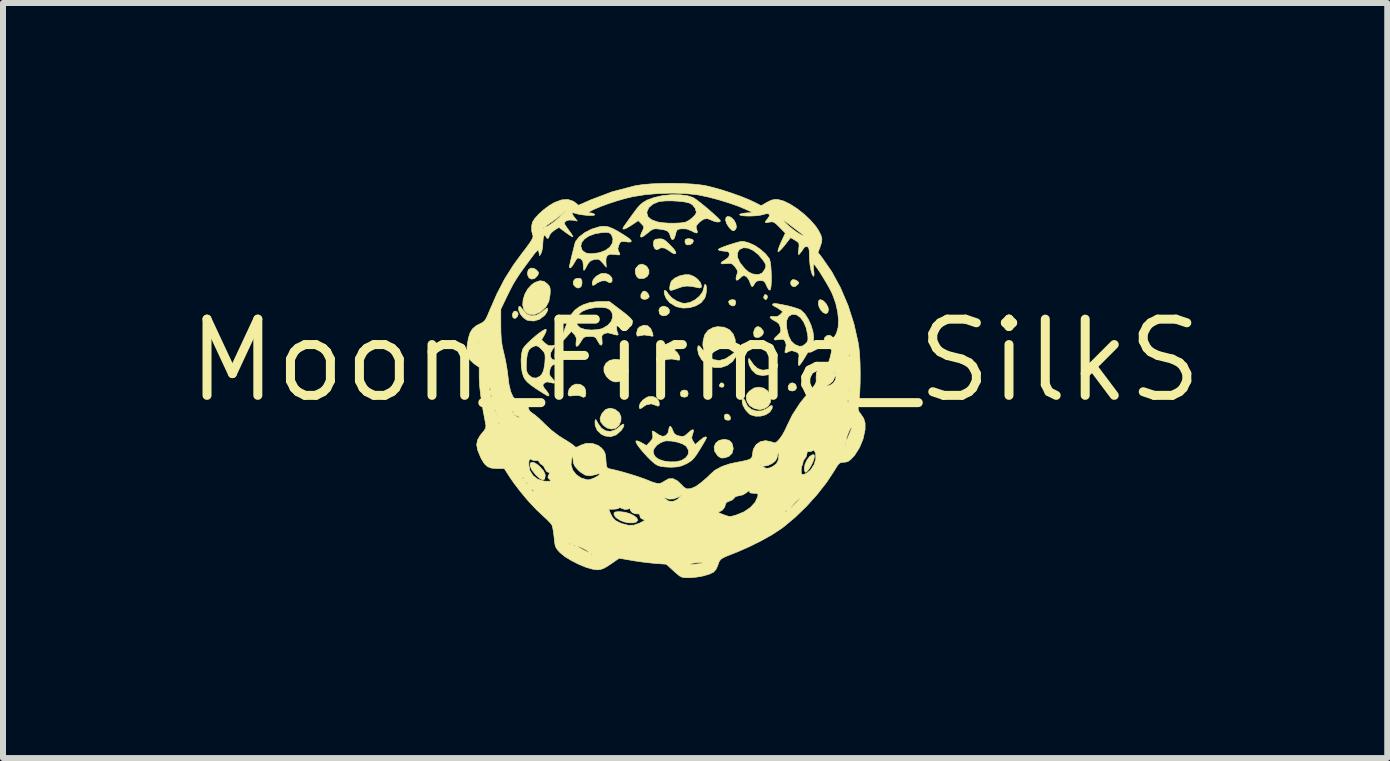
<source format=kicad_pcb>
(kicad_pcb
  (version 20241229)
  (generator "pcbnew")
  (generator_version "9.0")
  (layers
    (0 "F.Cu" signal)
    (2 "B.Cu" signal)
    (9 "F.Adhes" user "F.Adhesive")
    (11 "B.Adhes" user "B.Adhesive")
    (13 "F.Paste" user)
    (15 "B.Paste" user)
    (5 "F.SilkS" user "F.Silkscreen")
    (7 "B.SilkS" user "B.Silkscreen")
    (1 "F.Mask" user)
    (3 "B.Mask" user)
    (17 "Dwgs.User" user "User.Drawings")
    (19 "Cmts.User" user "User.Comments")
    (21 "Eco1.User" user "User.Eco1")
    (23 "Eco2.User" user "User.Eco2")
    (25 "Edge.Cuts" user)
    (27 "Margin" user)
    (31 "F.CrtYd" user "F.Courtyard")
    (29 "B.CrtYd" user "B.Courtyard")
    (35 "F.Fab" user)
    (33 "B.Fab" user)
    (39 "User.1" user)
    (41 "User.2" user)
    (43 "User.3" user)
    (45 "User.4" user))
  (footprint "Moon_Firma_SilkS"
    (layer "F.Cu")
    (at 8.534 2.959)
    (property "Reference" "Moon_Firma_SilkS" (at 0 0 180) (layer "F.SilkS") (effects (font (size 1.27 1.27) (thickness 0.15))))
    (attr through_hole)
    (fp_poly (pts (xy 0.474 0.388) (xy 0.483 0.407) (xy 0.475 0.437) (xy 0.445 0.445) (xy 0.41 0.434) (xy 0.406 0.407) (xy 0.427 0.376) (xy 0.445 0.37) (xy 0.474 0.388)) (stroke (width 0.01) (type solid)) (fill yes) (layer "F.SilkS"))
    (fp_poly (pts (xy 1.201 -1.083) (xy 1.206 -1.058) (xy 1.193 -1.024) (xy 1.175 -1.016) (xy 1.149 -1.034) (xy 1.143 -1.058) (xy 1.156 -1.093) (xy 1.175 -1.101) (xy 1.201 -1.083)) (stroke (width 0.01) (type solid)) (fill yes) (layer "F.SilkS"))
    (fp_poly (pts (xy -2.96 -0.809) (xy -2.948 -0.771) (xy -2.964 -0.73) (xy -3.001 -0.701) (xy -3.031 -0.712) (xy -3.04 -0.73) (xy -3.044 -0.779) (xy -3.022 -0.816) (xy -2.995 -0.826) (xy -2.96 -0.809)) (stroke (width 0.01) (type solid)) (fill yes) (layer "F.SilkS"))
    (fp_poly (pts (xy 0.665 -1.007) (xy 0.677 -0.972) (xy 0.677 -0.963) (xy 0.663 -0.922) (xy 0.628 -0.909) (xy 0.586 -0.928) (xy 0.572 -0.941) (xy 0.557 -0.98) (xy 0.579 -1.007) (xy 0.626 -1.016) (xy 0.665 -1.007)) (stroke (width 0.01) (type solid)) (fill yes) (layer "F.SilkS"))
    (fp_poly (pts (xy 1.662 0.387) (xy 1.679 0.405) (xy 1.691 0.455) (xy 1.668 0.493) (xy 1.619 0.508) (xy 1.572 0.496) (xy 1.552 0.473) (xy 1.552 0.424) (xy 1.58 0.384) (xy 1.619 0.37) (xy 1.662 0.387)) (stroke (width 0.01) (type solid)) (fill yes) (layer "F.SilkS"))
    (fp_poly (pts (xy -0.82 -1.151) (xy -0.786 -1.119) (xy -0.767 -1.078) (xy -0.766 -1.061) (xy -0.79 -1.032) (xy -0.834 -1.019) (xy -0.878 -1.026) (xy -0.903 -1.049) (xy -0.903 -1.099) (xy -0.877 -1.144) (xy -0.853 -1.159) (xy -0.82 -1.151)) (stroke (width 0.01) (type solid)) (fill yes) (layer "F.SilkS"))
    (fp_poly (pts (xy -0.13 0.505) (xy -0.117 0.543) (xy -0.116 0.55) (xy -0.126 0.592) (xy -0.164 0.609) (xy -0.172 0.61) (xy -0.222 0.603) (xy -0.24 0.583) (xy -0.245 0.53) (xy -0.216 0.497) (xy -0.172 0.491) (xy -0.13 0.505)) (stroke (width 0.01) (type solid)) (fill yes) (layer "F.SilkS"))
    (fp_poly (pts (xy 0.565 0.906) (xy 0.587 0.94) (xy 0.589 0.947) (xy 0.585 0.985) (xy 0.555 0.995) (xy 0.514 0.988) (xy 0.501 0.981) (xy 0.489 0.95) (xy 0.487 0.926) (xy 0.5 0.896) (xy 0.532 0.89) (xy 0.565 0.906)) (stroke (width 0.01) (type solid)) (fill yes) (layer "F.SilkS"))
    (fp_poly (pts (xy -2.686 -1.537) (xy -2.641 -1.507) (xy -2.612 -1.473) (xy -2.611 -1.445) (xy -2.632 -1.409) (xy -2.679 -1.365) (xy -2.73 -1.358) (xy -2.769 -1.38) (xy -2.788 -1.419) (xy -2.794 -1.464) (xy -2.778 -1.515) (xy -2.738 -1.541) (xy -2.686 -1.537)) (stroke (width 0.01) (type solid)) (fill yes) (layer "F.SilkS"))
    (fp_poly (pts (xy -0.514 -0.906) (xy -0.458 -0.885) (xy -0.428 -0.845) (xy -0.432 -0.797) (xy -0.436 -0.788) (xy -0.477 -0.754) (xy -0.53 -0.745) (xy -0.577 -0.763) (xy -0.592 -0.782) (xy -0.604 -0.838) (xy -0.583 -0.884) (xy -0.537 -0.906) (xy -0.514 -0.906)) (stroke (width 0.01) (type solid)) (fill yes) (layer "F.SilkS"))
    (fp_poly (pts (xy -0.05 -2.022) (xy -0.027 -1.996) (xy -0.043 -1.958) (xy -0.043 -1.957) (xy -0.084 -1.931) (xy -0.132 -1.928) (xy -0.155 -1.94) (xy -0.167 -1.971) (xy -0.169 -1.993) (xy -0.157 -2.022) (xy -0.115 -2.032) (xy -0.107 -2.032) (xy -0.05 -2.022)) (stroke (width 0.01) (type solid)) (fill yes) (layer "F.SilkS"))
    (fp_poly (pts (xy 1.672 -1.343) (xy 1.701 -1.327) (xy 1.728 -1.303) (xy 1.721 -1.281) (xy 1.705 -1.263) (xy 1.667 -1.233) (xy 1.636 -1.233) (xy 1.612 -1.246) (xy 1.592 -1.279) (xy 1.597 -1.321) (xy 1.624 -1.348) (xy 1.63 -1.35) (xy 1.672 -1.343)) (stroke (width 0.01) (type solid)) (fill yes) (layer "F.SilkS"))
    (fp_poly (pts (xy -1.906 -1.366) (xy -1.887 -1.333) (xy -1.885 -1.284) (xy -1.898 -1.239) (xy -1.917 -1.219) (xy -1.946 -1.209) (xy -1.965 -1.212) (xy -1.995 -1.229) (xy -2.028 -1.267) (xy -2.031 -1.315) (xy -2.006 -1.354) (xy -1.98 -1.367) (xy -1.932 -1.372) (xy -1.906 -1.366)) (stroke (width 0.01) (type solid)) (fill yes) (layer "F.SilkS"))
    (fp_poly (pts (xy 1.097 -0.543) (xy 1.099 -0.541) (xy 1.137 -0.492) (xy 1.135 -0.447) (xy 1.11 -0.414) (xy 1.064 -0.387) (xy 1.017 -0.384) (xy 0.984 -0.406) (xy 0.982 -0.411) (xy 0.975 -0.472) (xy 0.994 -0.529) (xy 1.02 -0.558) (xy 1.056 -0.567) (xy 1.097 -0.543)) (stroke (width 0.01) (type solid)) (fill yes) (layer "F.SilkS"))
    (fp_poly (pts (xy 2.134 -0.998) (xy 2.18 -0.952) (xy 2.213 -0.894) (xy 2.223 -0.848) (xy 2.21 -0.798) (xy 2.179 -0.782) (xy 2.135 -0.8) (xy 2.097 -0.839) (xy 2.067 -0.892) (xy 2.054 -0.948) (xy 2.058 -0.993) (xy 2.08 -1.015) (xy 2.086 -1.016) (xy 2.134 -0.998)) (stroke (width 0.01) (type solid)) (fill yes) (layer "F.SilkS"))
    (fp_poly (pts (xy -0.824 -1.583) (xy -0.804 -1.566) (xy -0.77 -1.509) (xy -0.77 -1.451) (xy -0.799 -1.401) (xy -0.852 -1.37) (xy -0.92 -1.366) (xy -0.935 -1.369) (xy -0.971 -1.398) (xy -0.994 -1.45) (xy -0.998 -1.507) (xy -0.989 -1.536) (xy -0.941 -1.592) (xy -0.884 -1.608) (xy -0.824 -1.583)) (stroke (width 0.01) (type solid)) (fill yes) (layer "F.SilkS"))
    (fp_poly (pts (xy -0.792 -0.581) (xy -0.74 -0.534) (xy -0.708 -0.457) (xy -0.7 -0.415) (xy -0.712 -0.404) (xy -0.743 -0.412) (xy -0.85 -0.427) (xy -0.926 -0.413) (xy -0.959 -0.407) (xy -0.972 -0.426) (xy -0.974 -0.462) (xy -0.956 -0.529) (xy -0.927 -0.56) (xy -0.856 -0.59) (xy -0.792 -0.581)) (stroke (width 0.01) (type solid)) (fill yes) (layer "F.SilkS"))
    (fp_poly (pts (xy 0.584 -2.394) (xy 0.601 -2.385) (xy 0.649 -2.338) (xy 0.68 -2.28) (xy 0.689 -2.224) (xy 0.677 -2.191) (xy 0.649 -2.165) (xy 0.621 -2.166) (xy 0.585 -2.199) (xy 0.563 -2.224) (xy 0.524 -2.285) (xy 0.508 -2.341) (xy 0.514 -2.382) (xy 0.54 -2.403) (xy 0.584 -2.394)) (stroke (width 0.01) (type solid)) (fill yes) (layer "F.SilkS"))
    (fp_poly (pts (xy -2.677 1.703) (xy -2.612 1.745) (xy -2.58 1.776) (xy -2.525 1.84) (xy -2.5 1.896) (xy -2.498 1.924) (xy -2.508 1.975) (xy -2.538 1.989) (xy -2.586 1.967) (xy -2.651 1.909) (xy -2.664 1.895) (xy -2.723 1.819) (xy -2.75 1.757) (xy -2.749 1.713) (xy -2.723 1.694) (xy -2.677 1.703)) (stroke (width 0.01) (type solid)) (fill yes) (layer "F.SilkS"))
    (fp_poly (pts (xy -1.339 0.812) (xy -1.334 0.815) (xy -1.265 0.868) (xy -1.235 0.939) (xy -1.237 1.007) (xy -1.269 1.082) (xy -1.324 1.127) (xy -1.394 1.142) (xy -1.468 1.123) (xy -1.526 1.081) (xy -1.573 1.021) (xy -1.584 0.965) (xy -1.561 0.899) (xy -1.547 0.876) (xy -1.49 0.815) (xy -1.419 0.793) (xy -1.339 0.812)) (stroke (width 0.01) (type solid)) (fill yes) (layer "F.SilkS"))
    (fp_poly (pts (xy 0.564 1.328) (xy 0.614 1.376) (xy 0.634 1.454) (xy 0.635 1.473) (xy 0.616 1.545) (xy 0.562 1.597) (xy 0.492 1.621) (xy 0.438 1.624) (xy 0.392 1.599) (xy 0.372 1.58) (xy 0.326 1.511) (xy 0.317 1.44) (xy 0.342 1.378) (xy 0.396 1.332) (xy 0.476 1.313) (xy 0.486 1.312) (xy 0.564 1.328)) (stroke (width 0.01) (type solid)) (fill yes) (layer "F.SilkS"))
    (fp_poly (pts (xy 1.982 1.57) (xy 1.988 1.592) (xy 1.982 1.633) (xy 1.963 1.689) (xy 1.932 1.753) (xy 1.896 1.811) (xy 1.862 1.851) (xy 1.841 1.863) (xy 1.827 1.844) (xy 1.82 1.799) (xy 1.82 1.792) (xy 1.833 1.726) (xy 1.865 1.658) (xy 1.907 1.601) (xy 1.951 1.571) (xy 1.956 1.57) (xy 1.982 1.57)) (stroke (width 0.01) (type solid)) (fill yes) (layer "F.SilkS"))
    (fp_poly (pts (xy -0.341 -0.173) (xy -0.294 -0.129) (xy -0.262 -0.074) (xy -0.254 -0.037) (xy -0.261 -0.008) (xy -0.291 -0.008) (xy -0.302 -0.011) (xy -0.385 -0.026) (xy -0.465 -0.021) (xy -0.492 -0.012) (xy -0.518 -0.007) (xy -0.528 -0.031) (xy -0.529 -0.06) (xy -0.51 -0.125) (xy -0.46 -0.172) (xy -0.39 -0.19) (xy -0.388 -0.191) (xy -0.341 -0.173)) (stroke (width 0.01) (type solid)) (fill yes) (layer "F.SilkS"))
    (fp_poly (pts (xy -1.922 0.395) (xy -1.899 0.405) (xy -1.849 0.44) (xy -1.826 0.486) (xy -1.821 0.545) (xy -1.83 0.598) (xy -1.858 0.613) (xy -1.905 0.592) (xy -1.945 0.582) (xy -2.006 0.582) (xy -2.027 0.585) (xy -2.083 0.591) (xy -2.109 0.584) (xy -2.116 0.561) (xy -2.117 0.547) (xy -2.099 0.475) (xy -2.053 0.421) (xy -1.991 0.392) (xy -1.922 0.395)) (stroke (width 0.01) (type solid)) (fill yes) (layer "F.SilkS"))
    (fp_poly (pts (xy -1.167 2.528) (xy -1.088 2.551) (xy -1.02 2.585) (xy -0.973 2.622) (xy -0.956 2.66) (xy -0.957 2.663) (xy -0.982 2.692) (xy -1.035 2.705) (xy -1.107 2.704) (xy -1.185 2.688) (xy -1.249 2.662) (xy -1.32 2.616) (xy -1.35 2.569) (xy -1.351 2.566) (xy -1.351 2.539) (xy -1.336 2.525) (xy -1.294 2.519) (xy -1.247 2.519) (xy -1.167 2.528)) (stroke (width 0.01) (type solid)) (fill yes) (layer "F.SilkS"))
    (fp_poly (pts (xy -0.639 0.629) (xy -0.603 0.683) (xy -0.601 0.688) (xy -0.596 0.741) (xy -0.616 0.761) (xy -0.657 0.745) (xy -0.732 0.721) (xy -0.811 0.737) (xy -0.852 0.762) (xy -0.899 0.796) (xy -0.923 0.8) (xy -0.931 0.775) (xy -0.931 0.761) (xy -0.914 0.71) (xy -0.869 0.657) (xy -0.809 0.615) (xy -0.773 0.601) (xy -0.7 0.6) (xy -0.639 0.629)) (stroke (width 0.01) (type solid)) (fill yes) (layer "F.SilkS"))
    (fp_poly (pts (xy 1.142 0.459) (xy 1.209 0.505) (xy 1.253 0.577) (xy 1.262 0.615) (xy 1.256 0.694) (xy 1.218 0.757) (xy 1.156 0.8) (xy 1.078 0.817) (xy 0.994 0.801) (xy 0.984 0.797) (xy 0.911 0.752) (xy 0.87 0.692) (xy 0.855 0.639) (xy 0.852 0.59) (xy 0.871 0.548) (xy 0.906 0.509) (xy 0.981 0.458) (xy 1.063 0.443) (xy 1.142 0.459)) (stroke (width 0.01) (type solid)) (fill yes) (layer "F.SilkS"))
    (fp_poly (pts (xy -1.487 -1.452) (xy -1.426 -1.424) (xy -1.387 -1.378) (xy -1.385 -1.37) (xy -1.383 -1.326) (xy -1.403 -1.299) (xy -1.433 -1.3) (xy -1.444 -1.308) (xy -1.493 -1.331) (xy -1.559 -1.327) (xy -1.624 -1.299) (xy -1.636 -1.291) (xy -1.683 -1.258) (xy -1.706 -1.254) (xy -1.714 -1.281) (xy -1.714 -1.3) (xy -1.696 -1.353) (xy -1.648 -1.404) (xy -1.582 -1.443) (xy -1.551 -1.453) (xy -1.487 -1.452)) (stroke (width 0.01) (type solid)) (fill yes) (layer "F.SilkS"))
    (fp_poly (pts (xy -1.241 -0.011) (xy -1.178 0.023) (xy -1.135 0.086) (xy -1.131 0.095) (xy -1.114 0.181) (xy -1.134 0.257) (xy -1.189 0.315) (xy -1.219 0.33) (xy -1.285 0.353) (xy -1.335 0.356) (xy -1.389 0.339) (xy -1.433 0.31) (xy -1.478 0.265) (xy -1.479 0.263) (xy -1.518 0.186) (xy -1.519 0.111) (xy -1.487 0.046) (xy -1.427 -0.001) (xy -1.342 -0.021) (xy -1.333 -0.021) (xy -1.241 -0.011)) (stroke (width 0.01) (type solid)) (fill yes) (layer "F.SilkS"))
    (fp_poly (pts (xy 0.917 -0.012) (xy 0.98 0.077) (xy 1.041 0.131) (xy 1.106 0.156) (xy 1.147 0.159) (xy 1.249 0.141) (xy 1.309 0.108) (xy 1.379 0.058) (xy 1.372 0.106) (xy 1.344 0.163) (xy 1.287 0.208) (xy 1.21 0.238) (xy 1.127 0.249) (xy 1.049 0.237) (xy 1.013 0.22) (xy 0.945 0.156) (xy 0.902 0.075) (xy 0.89 0.007) (xy 0.893 -0.032) (xy 0.902 -0.034) (xy 0.917 -0.012)) (stroke (width 0.01) (type solid)) (fill yes) (layer "F.SilkS"))
    (fp_poly (pts (xy -2.52 -1.321) (xy -2.463 -1.279) (xy -2.432 -1.244) (xy -2.417 -1.207) (xy -2.414 -1.153) (xy -2.417 -1.099) (xy -2.437 -0.987) (xy -2.482 -0.9) (xy -2.559 -0.826) (xy -2.582 -0.81) (xy -2.67 -0.769) (xy -2.753 -0.768) (xy -2.81 -0.794) (xy -2.855 -0.85) (xy -2.873 -0.927) (xy -2.866 -1.015) (xy -2.837 -1.107) (xy -2.788 -1.194) (xy -2.721 -1.266) (xy -2.666 -1.303) (xy -2.586 -1.33) (xy -2.52 -1.321)) (stroke (width 0.01) (type solid)) (fill yes) (layer "F.SilkS"))
    (fp_poly (pts (xy -0.522 -2.016) (xy -0.479 -1.985) (xy -0.422 -1.931) (xy -0.354 -1.858) (xy -0.322 -1.809) (xy -0.324 -1.783) (xy -0.344 -1.779) (xy -0.376 -1.792) (xy -0.423 -1.823) (xy -0.434 -1.832) (xy -0.505 -1.874) (xy -0.567 -1.881) (xy -0.609 -1.859) (xy -0.642 -1.847) (xy -0.672 -1.867) (xy -0.692 -1.911) (xy -0.694 -1.956) (xy -0.686 -1.999) (xy -0.662 -2.02) (xy -0.609 -2.028) (xy -0.607 -2.028) (xy -0.56 -2.028) (xy -0.522 -2.016)) (stroke (width 0.01) (type solid)) (fill yes) (layer "F.SilkS"))
    (fp_poly (pts (xy -1.634 1.018) (xy -1.621 1.043) (xy -1.562 1.126) (xy -1.488 1.172) (xy -1.406 1.18) (xy -1.321 1.15) (xy -1.284 1.122) (xy -1.238 1.084) (xy -1.205 1.061) (xy -1.198 1.058) (xy -1.185 1.073) (xy -1.196 1.109) (xy -1.226 1.157) (xy -1.234 1.167) (xy -1.316 1.238) (xy -1.405 1.268) (xy -1.5 1.257) (xy -1.562 1.228) (xy -1.631 1.163) (xy -1.666 1.08) (xy -1.668 1.017) (xy -1.662 0.986) (xy -1.653 0.985) (xy -1.634 1.018)) (stroke (width 0.01) (type solid)) (fill yes) (layer "F.SilkS"))
    (fp_poly (pts (xy -0.093 -1.43) (xy -0.023 -1.403) (xy 0.041 -1.357) (xy 0.088 -1.301) (xy 0.106 -1.248) (xy 0.1 -1.216) (xy 0.073 -1.21) (xy 0.048 -1.215) (xy -0.056 -1.236) (xy -0.134 -1.242) (xy -0.201 -1.234) (xy -0.254 -1.218) (xy -0.336 -1.188) (xy -0.386 -1.172) (xy -0.412 -1.171) (xy -0.422 -1.185) (xy -0.423 -1.213) (xy -0.423 -1.22) (xy -0.412 -1.283) (xy -0.392 -1.327) (xy -0.338 -1.374) (xy -0.259 -1.411) (xy -0.171 -1.431) (xy -0.093 -1.43)) (stroke (width 0.01) (type solid)) (fill yes) (layer "F.SilkS"))
    (fp_poly (pts (xy 0.09 -0.224) (xy 0.132 -0.168) (xy 0.217 -0.071) (xy 0.308 -0.015) (xy 0.405 -0.001) (xy 0.506 -0.029) (xy 0.613 -0.1) (xy 0.64 -0.123) (xy 0.687 -0.159) (xy 0.71 -0.16) (xy 0.708 -0.128) (xy 0.687 -0.075) (xy 0.623 0.015) (xy 0.535 0.08) (xy 0.433 0.115) (xy 0.327 0.116) (xy 0.292 0.107) (xy 0.189 0.057) (xy 0.108 -0.017) (xy 0.057 -0.107) (xy 0.042 -0.189) (xy 0.047 -0.237) (xy 0.062 -0.249) (xy 0.09 -0.224)) (stroke (width 0.01) (type solid)) (fill yes) (layer "F.SilkS"))
    (fp_poly (pts (xy 0.483 -0.556) (xy 0.572 -0.514) (xy 0.635 -0.442) (xy 0.669 -0.348) (xy 0.668 -0.246) (xy 0.654 -0.179) (xy 0.636 -0.152) (xy 0.611 -0.165) (xy 0.586 -0.198) (xy 0.531 -0.253) (xy 0.454 -0.293) (xy 0.373 -0.311) (xy 0.335 -0.309) (xy 0.271 -0.286) (xy 0.218 -0.254) (xy 0.168 -0.22) (xy 0.139 -0.218) (xy 0.129 -0.251) (xy 0.132 -0.319) (xy 0.159 -0.427) (xy 0.216 -0.504) (xy 0.302 -0.551) (xy 0.374 -0.565) (xy 0.483 -0.556)) (stroke (width 0.01) (type solid)) (fill yes) (layer "F.SilkS"))
    (fp_poly (pts (xy 0.833 0.671) (xy 0.838 0.688) (xy 0.876 0.763) (xy 0.941 0.815) (xy 1.022 0.841) (xy 1.109 0.838) (xy 1.19 0.803) (xy 1.206 0.791) (xy 1.257 0.754) (xy 1.284 0.751) (xy 1.286 0.783) (xy 1.281 0.804) (xy 1.242 0.861) (xy 1.176 0.903) (xy 1.093 0.926) (xy 1.007 0.927) (xy 0.929 0.905) (xy 0.902 0.887) (xy 0.842 0.824) (xy 0.799 0.748) (xy 0.783 0.678) (xy 0.792 0.641) (xy 0.812 0.64) (xy 0.833 0.671)) (stroke (width 0.01) (type solid)) (fill yes) (layer "F.SilkS"))
    (fp_poly (pts (xy -2.883 -0.864) (xy -2.868 -0.841) (xy -2.806 -0.773) (xy -2.731 -0.745) (xy -2.646 -0.756) (xy -2.556 -0.807) (xy -2.53 -0.828) (xy -2.485 -0.865) (xy -2.463 -0.876) (xy -2.456 -0.862) (xy -2.455 -0.852) (xy -2.469 -0.809) (xy -2.503 -0.759) (xy -2.507 -0.754) (xy -2.593 -0.688) (xy -2.69 -0.659) (xy -2.789 -0.67) (xy -2.807 -0.677) (xy -2.862 -0.715) (xy -2.911 -0.774) (xy -2.939 -0.837) (xy -2.942 -0.86) (xy -2.936 -0.901) (xy -2.916 -0.902) (xy -2.883 -0.864)) (stroke (width 0.01) (type solid)) (fill yes) (layer "F.SilkS"))
    (fp_poly (pts (xy 0.184 -1.252) (xy 0.19 -1.205) (xy 0.187 -1.145) (xy 0.176 -1.083) (xy 0.159 -1.038) (xy 0.1 -0.965) (xy 0.012 -0.912) (xy -0.093 -0.881) (xy -0.202 -0.875) (xy -0.307 -0.897) (xy -0.328 -0.906) (xy -0.422 -0.964) (xy -0.481 -1.035) (xy -0.507 -1.097) (xy -0.516 -1.153) (xy -0.506 -1.172) (xy -0.479 -1.156) (xy -0.447 -1.11) (xy -0.389 -1.046) (xy -0.307 -0.992) (xy -0.218 -0.959) (xy -0.171 -0.953) (xy -0.086 -0.969) (xy -0.002 -1.011) (xy 0.072 -1.072) (xy 0.125 -1.143) (xy 0.148 -1.216) (xy 0.148 -1.222) (xy 0.156 -1.26) (xy 0.169 -1.27) (xy 0.184 -1.252)) (stroke (width 0.01) (type solid)) (fill yes) (layer "F.SilkS"))
    (fp_poly (pts (xy -1.27 -0.864) (xy -1.159 -0.779) (xy -1.085 -0.714) (xy -1.047 -0.67) (xy -1.044 -0.647) (xy -1.076 -0.643) (xy -1.143 -0.659) (xy -1.2 -0.674) (xy -1.233 -0.672) (xy -1.259 -0.65) (xy -1.272 -0.634) (xy -1.308 -0.563) (xy -1.303 -0.492) (xy -1.29 -0.464) (xy -1.281 -0.433) (xy -1.298 -0.424) (xy -1.347 -0.434) (xy -1.389 -0.448) (xy -1.455 -0.463) (xy -1.511 -0.45) (xy -1.544 -0.429) (xy -1.555 -0.399) (xy -1.552 -0.344) (xy -1.551 -0.34) (xy -1.549 -0.278) (xy -1.563 -0.255) (xy -1.589 -0.27) (xy -1.622 -0.325) (xy -1.624 -0.328) (xy -1.649 -0.374) (xy -1.678 -0.395) (xy -1.727 -0.402) (xy -1.757 -0.402) (xy -1.819 -0.399) (xy -1.856 -0.384) (xy -1.887 -0.345) (xy -1.902 -0.318) (xy -1.942 -0.258) (xy -1.97 -0.235) (xy -1.985 -0.25) (xy -1.984 -0.302) (xy -1.982 -0.311) (xy -1.979 -0.374) (xy -2 -0.42) (xy -2.016 -0.439) (xy -2.062 -0.488) (xy -2.14 -0.397) (xy -2.184 -0.35) (xy -2.217 -0.322) (xy -2.229 -0.318) (xy -2.227 -0.341) (xy -2.213 -0.395) (xy -2.19 -0.472) (xy -2.167 -0.54) (xy -2.121 -0.658) (xy -1.977 -0.658) (xy -1.964 -0.592) (xy -1.914 -0.545) (xy -1.827 -0.517) (xy -1.73 -0.509) (xy -1.648 -0.514) (xy -1.573 -0.526) (xy -1.539 -0.537) (xy -1.453 -0.589) (xy -1.397 -0.654) (xy -1.373 -0.726) (xy -1.384 -0.797) (xy -1.418 -0.847) (xy -1.472 -0.875) (xy -1.555 -0.888) (xy -1.654 -0.885) (xy -1.76 -0.866) (xy -1.81 -0.851) (xy -1.882 -0.82) (xy -1.927 -0.782) (xy -1.952 -0.741) (xy -1.977 -0.658) (xy -2.121 -0.658) (xy -2.116 -0.671) (xy -2.064 -0.768) (xy -2.004 -0.84) (xy -1.93 -0.896) (xy -1.855 -0.934) (xy -1.76 -0.965) (xy -1.652 -0.98) (xy -1.587 -0.983) (xy -1.429 -0.984) (xy -1.27 -0.864)) (stroke (width 0.01) (type solid)) (fill yes) (layer "F.SilkS"))
    (fp_poly (pts (xy -1.444 -2.228) (xy -1.375 -2.201) (xy -1.288 -2.155) (xy -1.177 -2.087) (xy -1.169 -2.082) (xy -1.097 -2.032) (xy -1.064 -1.997) (xy -1.069 -1.978) (xy -1.114 -1.975) (xy -1.15 -1.98) (xy -1.208 -1.986) (xy -1.24 -1.978) (xy -1.26 -1.949) (xy -1.27 -1.926) (xy -1.287 -1.869) (xy -1.279 -1.827) (xy -1.274 -1.818) (xy -1.253 -1.779) (xy -1.259 -1.762) (xy -1.299 -1.762) (xy -1.332 -1.767) (xy -1.413 -1.773) (xy -1.462 -1.753) (xy -1.484 -1.704) (xy -1.486 -1.648) (xy -1.48 -1.556) (xy -1.541 -1.628) (xy -1.583 -1.672) (xy -1.619 -1.69) (xy -1.666 -1.687) (xy -1.679 -1.685) (xy -1.736 -1.666) (xy -1.775 -1.629) (xy -1.8 -1.587) (xy -1.827 -1.536) (xy -1.848 -1.506) (xy -1.853 -1.503) (xy -1.859 -1.522) (xy -1.862 -1.569) (xy -1.863 -1.587) (xy -1.87 -1.652) (xy -1.895 -1.688) (xy -1.904 -1.693) (xy -1.938 -1.709) (xy -1.961 -1.707) (xy -1.984 -1.681) (xy -2.013 -1.63) (xy -2.045 -1.579) (xy -2.071 -1.549) (xy -2.078 -1.545) (xy -2.095 -1.551) (xy -2.095 -1.551) (xy -2.091 -1.584) (xy -2.078 -1.645) (xy -2.06 -1.724) (xy -2.039 -1.809) (xy -2.019 -1.888) (xy -2.014 -1.907) (xy -1.905 -1.907) (xy -1.884 -1.845) (xy -1.863 -1.82) (xy -1.809 -1.789) (xy -1.731 -1.78) (xy -1.624 -1.793) (xy -1.587 -1.801) (xy -1.493 -1.836) (xy -1.421 -1.89) (xy -1.378 -1.956) (xy -1.368 -2.026) (xy -1.39 -2.088) (xy -1.413 -2.118) (xy -1.441 -2.133) (xy -1.484 -2.137) (xy -1.555 -2.133) (xy -1.672 -2.113) (xy -1.77 -2.076) (xy -1.844 -2.027) (xy -1.89 -1.969) (xy -1.905 -1.907) (xy -2.014 -1.907) (xy -2.003 -1.951) (xy -1.992 -1.985) (xy -1.991 -1.987) (xy -1.93 -2.062) (xy -1.839 -2.132) (xy -1.728 -2.189) (xy -1.608 -2.227) (xy -1.561 -2.236) (xy -1.503 -2.238) (xy -1.444 -2.228)) (stroke (width 0.01) (type solid)) (fill yes) (layer "F.SilkS"))
    (fp_poly (pts (xy -2.482 -0.52) (xy -2.482 -0.495) (xy -2.501 -0.447) (xy -2.513 -0.425) (xy -2.559 -0.345) (xy -2.502 -0.29) (xy -2.45 -0.253) (xy -2.4 -0.246) (xy -2.382 -0.248) (xy -2.32 -0.261) (xy -2.367 -0.201) (xy -2.407 -0.13) (xy -2.413 -0.068) (xy -2.385 -0.023) (xy -2.327 -0.001) (xy -2.305 0) (xy -2.27 0.008) (xy -2.269 0.026) (xy -2.3 0.047) (xy -2.333 0.059) (xy -2.382 0.079) (xy -2.409 0.117) (xy -2.42 0.156) (xy -2.429 0.212) (xy -2.418 0.252) (xy -2.38 0.297) (xy -2.38 0.298) (xy -2.341 0.346) (xy -2.338 0.372) (xy -2.369 0.376) (xy -2.408 0.365) (xy -2.467 0.355) (xy -2.504 0.37) (xy -2.532 0.396) (xy -2.535 0.422) (xy -2.511 0.462) (xy -2.487 0.491) (xy -2.447 0.545) (xy -2.434 0.58) (xy -2.45 0.591) (xy -2.45 0.591) (xy -2.473 0.579) (xy -2.524 0.549) (xy -2.592 0.506) (xy -2.642 0.474) (xy -2.732 0.411) (xy -2.793 0.36) (xy -2.834 0.314) (xy -2.859 0.269) (xy -2.883 0.19) (xy -2.895 0.101) (xy -2.814 0.101) (xy -2.811 0.158) (xy -2.799 0.198) (xy -2.777 0.233) (xy -2.773 0.239) (xy -2.714 0.285) (xy -2.649 0.292) (xy -2.585 0.261) (xy -2.555 0.229) (xy -2.524 0.162) (xy -2.506 0.06) (xy -2.503 0.028) (xy -2.499 -0.05) (xy -2.502 -0.1) (xy -2.516 -0.137) (xy -2.545 -0.173) (xy -2.558 -0.187) (xy -2.607 -0.232) (xy -2.646 -0.247) (xy -2.672 -0.243) (xy -2.732 -0.216) (xy -2.772 -0.174) (xy -2.796 -0.108) (xy -2.809 -0.011) (xy -2.81 0.015) (xy -2.814 0.101) (xy -2.895 0.101) (xy -2.896 0.09) (xy -2.9 -0.015) (xy -2.892 -0.112) (xy -2.874 -0.186) (xy -2.87 -0.195) (xy -2.839 -0.238) (xy -2.787 -0.294) (xy -2.723 -0.354) (xy -2.655 -0.413) (xy -2.588 -0.465) (xy -2.532 -0.503) (xy -2.493 -0.522) (xy -2.482 -0.52)) (stroke (width 0.01) (type solid)) (fill yes) (layer "F.SilkS"))
    (fp_poly (pts (xy -0.389 1.123) (xy -0.373 1.163) (xy -0.348 1.216) (xy -0.308 1.244) (xy -0.268 1.256) (xy -0.216 1.265) (xy -0.178 1.257) (xy -0.137 1.226) (xy -0.115 1.205) (xy -0.063 1.161) (xy -0.032 1.151) (xy -0.026 1.176) (xy -0.042 1.227) (xy -0.057 1.279) (xy -0.048 1.321) (xy -0.033 1.345) (xy 0.002 1.399) (xy 0.076 1.335) (xy 0.135 1.288) (xy 0.175 1.27) (xy 0.19 1.282) (xy 0.19 1.286) (xy 0.179 1.31) (xy 0.151 1.361) (xy 0.109 1.431) (xy 0.078 1.482) (xy 0.023 1.569) (xy -0.022 1.628) (xy -0.065 1.67) (xy -0.115 1.703) (xy -0.147 1.72) (xy -0.224 1.754) (xy -0.296 1.771) (xy -0.383 1.777) (xy -0.411 1.777) (xy -0.497 1.773) (xy -0.575 1.762) (xy -0.624 1.748) (xy -0.67 1.719) (xy -0.728 1.67) (xy -0.792 1.607) (xy -0.856 1.537) (xy -0.875 1.515) (xy -0.699 1.515) (xy -0.685 1.567) (xy -0.661 1.606) (xy -0.605 1.646) (xy -0.521 1.674) (xy -0.422 1.688) (xy -0.321 1.687) (xy -0.233 1.667) (xy -0.223 1.663) (xy -0.151 1.617) (xy -0.113 1.558) (xy -0.111 1.493) (xy -0.146 1.43) (xy -0.154 1.423) (xy -0.213 1.387) (xy -0.298 1.359) (xy -0.392 1.341) (xy -0.48 1.338) (xy -0.503 1.341) (xy -0.572 1.366) (xy -0.636 1.41) (xy -0.682 1.465) (xy -0.699 1.515) (xy -0.875 1.515) (xy -0.914 1.468) (xy -0.959 1.408) (xy -0.984 1.362) (xy -0.986 1.339) (xy -0.96 1.339) (xy -0.913 1.358) (xy -0.891 1.37) (xy -0.81 1.416) (xy -0.752 1.356) (xy -0.714 1.308) (xy -0.704 1.264) (xy -0.709 1.227) (xy -0.716 1.188) (xy -0.711 1.173) (xy -0.686 1.182) (xy -0.637 1.215) (xy -0.609 1.235) (xy -0.545 1.263) (xy -0.49 1.252) (xy -0.452 1.207) (xy -0.441 1.16) (xy -0.429 1.106) (xy -0.411 1.094) (xy -0.389 1.123)) (stroke (width 0.01) (type solid)) (fill yes) (layer "F.SilkS"))
    (fp_poly (pts (xy 1.38 -0.945) (xy 1.464 -0.929) (xy 1.538 -0.914) (xy 1.626 -0.891) (xy 1.704 -0.867) (xy 1.758 -0.844) (xy 1.765 -0.84) (xy 1.828 -0.779) (xy 1.886 -0.69) (xy 1.933 -0.586) (xy 1.965 -0.478) (xy 1.977 -0.379) (xy 1.969 -0.32) (xy 1.95 -0.273) (xy 1.917 -0.207) (xy 1.876 -0.131) (xy 1.831 -0.055) (xy 1.788 0.013) (xy 1.753 0.062) (xy 1.732 0.084) (xy 1.73 0.085) (xy 1.721 0.066) (xy 1.721 0.017) (xy 1.725 -0.018) (xy 1.732 -0.08) (xy 1.726 -0.114) (xy 1.703 -0.134) (xy 1.671 -0.149) (xy 1.615 -0.165) (xy 1.573 -0.157) (xy 1.564 -0.152) (xy 1.517 -0.129) (xy 1.497 -0.137) (xy 1.502 -0.179) (xy 1.507 -0.192) (xy 1.518 -0.261) (xy 1.505 -0.31) (xy 1.485 -0.344) (xy 1.456 -0.355) (xy 1.403 -0.35) (xy 1.397 -0.349) (xy 1.338 -0.343) (xy 1.316 -0.353) (xy 1.332 -0.381) (xy 1.375 -0.422) (xy 1.416 -0.463) (xy 1.429 -0.501) (xy 1.422 -0.55) (xy 1.415 -0.57) (xy 1.524 -0.57) (xy 1.528 -0.535) (xy 1.557 -0.413) (xy 1.6 -0.326) (xy 1.659 -0.271) (xy 1.667 -0.266) (xy 1.735 -0.238) (xy 1.788 -0.242) (xy 1.84 -0.278) (xy 1.869 -0.312) (xy 1.881 -0.35) (xy 1.879 -0.409) (xy 1.876 -0.43) (xy 1.851 -0.547) (xy 1.809 -0.645) (xy 1.754 -0.719) (xy 1.69 -0.763) (xy 1.622 -0.771) (xy 1.612 -0.769) (xy 1.556 -0.734) (xy 1.526 -0.668) (xy 1.524 -0.57) (xy 1.415 -0.57) (xy 1.4 -0.608) (xy 1.354 -0.648) (xy 1.327 -0.662) (xy 1.273 -0.694) (xy 1.25 -0.72) (xy 1.261 -0.736) (xy 1.307 -0.734) (xy 1.312 -0.733) (xy 1.37 -0.733) (xy 1.417 -0.765) (xy 1.419 -0.767) (xy 1.462 -0.814) (xy 1.414 -0.851) (xy 1.364 -0.883) (xy 1.328 -0.901) (xy 1.297 -0.92) (xy 1.291 -0.933) (xy 1.299 -0.946) (xy 1.327 -0.951) (xy 1.38 -0.945)) (stroke (width 0.01) (type solid)) (fill yes) (layer "F.SilkS"))
    (fp_poly (pts (xy 0.827 -1.981) (xy 0.875 -1.968) (xy 0.897 -1.961) (xy 0.992 -1.919) (xy 1.088 -1.854) (xy 1.173 -1.779) (xy 1.233 -1.703) (xy 1.239 -1.692) (xy 1.252 -1.647) (xy 1.262 -1.575) (xy 1.268 -1.488) (xy 1.271 -1.394) (xy 1.27 -1.306) (xy 1.265 -1.233) (xy 1.255 -1.186) (xy 1.248 -1.174) (xy 1.227 -1.183) (xy 1.202 -1.224) (xy 1.192 -1.247) (xy 1.166 -1.302) (xy 1.139 -1.327) (xy 1.096 -1.333) (xy 1.086 -1.333) (xy 1.03 -1.325) (xy 0.998 -1.294) (xy 0.991 -1.281) (xy 0.964 -1.237) (xy 0.943 -1.235) (xy 0.924 -1.275) (xy 0.921 -1.286) (xy 0.896 -1.348) (xy 0.858 -1.396) (xy 0.818 -1.418) (xy 0.815 -1.418) (xy 0.783 -1.404) (xy 0.751 -1.376) (xy 0.71 -1.341) (xy 0.686 -1.342) (xy 0.681 -1.375) (xy 0.697 -1.436) (xy 0.707 -1.463) (xy 0.704 -1.505) (xy 0.667 -1.562) (xy 0.666 -1.563) (xy 0.628 -1.603) (xy 0.593 -1.62) (xy 0.542 -1.619) (xy 0.514 -1.615) (xy 0.453 -1.612) (xy 0.431 -1.623) (xy 0.448 -1.646) (xy 0.505 -1.681) (xy 0.509 -1.683) (xy 0.559 -1.724) (xy 0.572 -1.767) (xy 0.568 -1.792) (xy 0.704 -1.792) (xy 0.707 -1.72) (xy 0.745 -1.637) (xy 0.759 -1.617) (xy 0.829 -1.53) (xy 0.892 -1.475) (xy 0.956 -1.445) (xy 0.966 -1.442) (xy 1.052 -1.432) (xy 1.115 -1.457) (xy 1.159 -1.515) (xy 1.177 -1.559) (xy 1.179 -1.592) (xy 1.161 -1.63) (xy 1.131 -1.675) (xy 1.053 -1.768) (xy 0.969 -1.835) (xy 0.885 -1.874) (xy 0.807 -1.881) (xy 0.743 -1.853) (xy 0.737 -1.849) (xy 0.704 -1.792) (xy 0.568 -1.792) (xy 0.567 -1.799) (xy 0.545 -1.815) (xy 0.495 -1.823) (xy 0.476 -1.824) (xy 0.42 -1.832) (xy 0.389 -1.845) (xy 0.385 -1.852) (xy 0.407 -1.867) (xy 0.459 -1.89) (xy 0.535 -1.918) (xy 0.587 -1.935) (xy 0.678 -1.963) (xy 0.741 -1.98) (xy 0.786 -1.986) (xy 0.827 -1.981)) (stroke (width 0.01) (type solid)) (fill yes) (layer "F.SilkS"))
    (fp_poly (pts (xy -0.251 -2.763) (xy -0.126 -2.747) (xy -0.029 -2.714) (xy -0.028 -2.713) (xy 0.014 -2.686) (xy 0.075 -2.64) (xy 0.147 -2.583) (xy 0.223 -2.519) (xy 0.296 -2.455) (xy 0.358 -2.398) (xy 0.403 -2.354) (xy 0.423 -2.328) (xy 0.423 -2.327) (xy 0.406 -2.311) (xy 0.364 -2.31) (xy 0.311 -2.323) (xy 0.275 -2.339) (xy 0.206 -2.366) (xy 0.145 -2.358) (xy 0.081 -2.314) (xy 0.071 -2.305) (xy 0.03 -2.26) (xy 0.016 -2.228) (xy 0.024 -2.193) (xy 0.026 -2.188) (xy 0.04 -2.141) (xy 0.025 -2.125) (xy -0.018 -2.139) (xy -0.051 -2.158) (xy -0.137 -2.193) (xy -0.216 -2.197) (xy -0.273 -2.191) (xy -0.303 -2.173) (xy -0.319 -2.133) (xy -0.326 -2.101) (xy -0.346 -2.039) (xy -0.371 -2.014) (xy -0.395 -2.027) (xy -0.412 -2.073) (xy -0.43 -2.125) (xy -0.46 -2.158) (xy -0.514 -2.178) (xy -0.587 -2.19) (xy -0.653 -2.197) (xy -0.698 -2.191) (xy -0.741 -2.167) (xy -0.787 -2.129) (xy -0.855 -2.076) (xy -0.896 -2.056) (xy -0.911 -2.068) (xy -0.9 -2.113) (xy -0.876 -2.163) (xy -0.856 -2.209) (xy -0.859 -2.24) (xy -0.891 -2.276) (xy -0.895 -2.28) (xy -0.947 -2.332) (xy -1.066 -2.253) (xy -1.139 -2.209) (xy -1.186 -2.19) (xy -1.204 -2.196) (xy -1.192 -2.227) (xy -1.183 -2.24) (xy -1.158 -2.274) (xy -1.116 -2.333) (xy -1.063 -2.407) (xy -1.031 -2.451) (xy -1.025 -2.459) (xy -0.804 -2.459) (xy -0.785 -2.396) (xy -0.727 -2.347) (xy -0.63 -2.312) (xy -0.619 -2.309) (xy -0.543 -2.297) (xy -0.447 -2.29) (xy -0.345 -2.289) (xy -0.251 -2.293) (xy -0.178 -2.302) (xy -0.155 -2.309) (xy -0.099 -2.338) (xy -0.043 -2.382) (xy 0.001 -2.428) (xy 0.021 -2.465) (xy 0.021 -2.469) (xy 0.002 -2.538) (xy -0.045 -2.597) (xy -0.093 -2.625) (xy -0.169 -2.643) (xy -0.271 -2.655) (xy -0.384 -2.662) (xy -0.493 -2.661) (xy -0.582 -2.653) (xy -0.611 -2.647) (xy -0.705 -2.607) (xy -0.771 -2.55) (xy -0.802 -2.481) (xy -0.804 -2.459) (xy -1.025 -2.459) (xy -0.966 -2.538) (xy -0.913 -2.597) (xy -0.861 -2.639) (xy -0.802 -2.673) (xy -0.794 -2.677) (xy -0.674 -2.72) (xy -0.536 -2.75) (xy -0.391 -2.764) (xy -0.251 -2.763)) (stroke (width 0.01) (type solid)) (fill yes) (layer "F.SilkS"))
    (fp_poly (pts (xy -0.203 -2.95) (xy -0.038 -2.941) (xy 0.103 -2.926) (xy 0.174 -2.915) (xy 0.301 -2.884) (xy 0.45 -2.842) (xy 0.607 -2.791) (xy 0.758 -2.737) (xy 0.892 -2.683) (xy 0.977 -2.644) (xy 1.102 -2.581) (xy 1.198 -2.637) (xy 1.27 -2.673) (xy 1.333 -2.686) (xy 1.385 -2.683) (xy 1.478 -2.658) (xy 1.587 -2.604) (xy 1.703 -2.529) (xy 1.818 -2.438) (xy 1.923 -2.339) (xy 2.01 -2.238) (xy 2.055 -2.171) (xy 2.096 -2.092) (xy 2.113 -2.03) (xy 2.108 -1.969) (xy 2.082 -1.891) (xy 2.048 -1.801) (xy 2.111 -1.721) (xy 2.277 -1.482) (xy 2.423 -1.213) (xy 2.548 -0.921) (xy 2.646 -0.616) (xy 2.716 -0.306) (xy 2.731 -0.212) (xy 2.742 -0.097) (xy 2.749 0.046) (xy 2.752 0.205) (xy 2.751 0.365) (xy 2.745 0.515) (xy 2.735 0.639) (xy 2.731 0.674) (xy 2.72 0.755) (xy 2.718 0.806) (xy 2.726 0.841) (xy 2.746 0.873) (xy 2.762 0.893) (xy 2.81 0.965) (xy 2.833 1.042) (xy 2.833 1.14) (xy 2.831 1.16) (xy 2.799 1.307) (xy 2.739 1.452) (xy 2.659 1.578) (xy 2.643 1.596) (xy 2.589 1.652) (xy 2.547 1.682) (xy 2.502 1.693) (xy 2.48 1.694) (xy 2.439 1.697) (xy 2.408 1.71) (xy 2.378 1.741) (xy 2.342 1.798) (xy 2.323 1.83) (xy 2.194 2.027) (xy 2.035 2.23) (xy 1.857 2.428) (xy 1.668 2.611) (xy 1.48 2.768) (xy 1.418 2.813) (xy 1.273 2.907) (xy 1.099 3.004) (xy 0.91 3.098) (xy 0.718 3.183) (xy 0.646 3.212) (xy 0.545 3.251) (xy 0.477 3.281) (xy 0.434 3.308) (xy 0.408 3.337) (xy 0.391 3.373) (xy 0.38 3.41) (xy 0.35 3.478) (xy 0.307 3.526) (xy 0.305 3.527) (xy 0.234 3.56) (xy 0.135 3.589) (xy 0.022 3.609) (xy -0.09 3.619) (xy -0.111 3.619) (xy -0.174 3.618) (xy -0.22 3.609) (xy -0.261 3.588) (xy -0.311 3.547) (xy -0.356 3.507) (xy -0.477 3.395) (xy -0.082 3.395) (xy -0.051 3.397) (xy 0 3.393) (xy 0.066 3.385) (xy 0.112 3.377) (xy 0.125 3.373) (xy 0.117 3.367) (xy 0.08 3.366) (xy 0.028 3.369) (xy -0.025 3.375) (xy -0.066 3.384) (xy -0.074 3.386) (xy -0.082 3.395) (xy -0.477 3.395) (xy -0.479 3.394) (xy -0.658 3.381) (xy -0.762 3.371) (xy -0.887 3.356) (xy -1.01 3.338) (xy -1.051 3.331) (xy -1.266 3.294) (xy -1.355 3.356) (xy -1.449 3.42) (xy -1.52 3.461) (xy -1.578 3.482) (xy -1.634 3.487) (xy -1.698 3.478) (xy -1.713 3.475) (xy -1.821 3.444) (xy -1.941 3.394) (xy -2.061 3.333) (xy -2.168 3.268) (xy -2.217 3.228) (xy -1.736 3.228) (xy -1.725 3.239) (xy -1.714 3.228) (xy -1.725 3.217) (xy -1.736 3.228) (xy -2.217 3.228) (xy -2.247 3.204) (xy -2.252 3.199) (xy -2.294 3.153) (xy -2.32 3.112) (xy -2.327 3.091) (xy -1.962 3.091) (xy -1.955 3.101) (xy -1.919 3.123) (xy -1.884 3.143) (xy -1.824 3.175) (xy -1.792 3.191) (xy -1.78 3.194) (xy -1.778 3.188) (xy -1.778 3.186) (xy -1.795 3.171) (xy -1.836 3.147) (xy -1.888 3.12) (xy -1.935 3.099) (xy -1.962 3.091) (xy -1.962 3.091) (xy -2.327 3.091) (xy -2.331 3.076) (xy -2.025 3.076) (xy -2.022 3.089) (xy -2.011 3.09) (xy -1.993 3.083) (xy -1.997 3.076) (xy -2.022 3.074) (xy -2.025 3.076) (xy -2.331 3.076) (xy -2.335 3.063) (xy -2.336 3.059) (xy -2.095 3.059) (xy -2.085 3.069) (xy -2.074 3.059) (xy -2.085 3.048) (xy -2.095 3.059) (xy -2.336 3.059) (xy -2.345 2.992) (xy -2.349 2.949) (xy -2.359 2.864) (xy -2.372 2.79) (xy -2.385 2.743) (xy -2.387 2.739) (xy -2.413 2.706) (xy -2.463 2.654) (xy -2.527 2.594) (xy -2.553 2.57) (xy -2.651 2.477) (xy -1.44 2.477) (xy -1.408 2.554) (xy -1.372 2.62) (xy -1.325 2.667) (xy -1.253 2.704) (xy -1.217 2.718) (xy -1.112 2.745) (xy -1.02 2.743) (xy -0.924 2.709) (xy -0.915 2.704) (xy -0.861 2.676) (xy -0.842 2.66) (xy -0.852 2.65) (xy -0.871 2.645) (xy -0.912 2.619) (xy -0.919 2.589) (xy -0.928 2.557) (xy -0.954 2.555) (xy -1.003 2.553) (xy -1.05 2.53) (xy -1.053 2.527) (xy 0.384 2.527) (xy 0.411 2.543) (xy 0.455 2.561) (xy 0.521 2.585) (xy 0.563 2.597) (xy 0.597 2.598) (xy 0.64 2.587) (xy 0.691 2.572) (xy 0.818 2.52) (xy 0.835 2.508) (xy 1.503 2.508) (xy 1.513 2.519) (xy 1.524 2.508) (xy 1.513 2.498) (xy 1.503 2.508) (xy 0.835 2.508) (xy 0.912 2.455) (xy 1.589 2.455) (xy 1.609 2.441) (xy 1.648 2.406) (xy 1.683 2.371) (xy 1.726 2.325) (xy 1.751 2.294) (xy 1.755 2.286) (xy 1.735 2.3) (xy 1.697 2.336) (xy 1.662 2.371) (xy 1.619 2.416) (xy 1.593 2.447) (xy 1.589 2.455) (xy 0.912 2.455) (xy 0.924 2.447) (xy 1.002 2.36) (xy 1.044 2.266) (xy 1.044 2.265) (xy 1.049 2.23) (xy 1.032 2.215) (xy 0.985 2.212) (xy 0.978 2.212) (xy 0.925 2.207) (xy 0.906 2.191) (xy 0.907 2.18) (xy 0.9 2.168) (xy 0.869 2.19) (xy 0.861 2.198) (xy 0.795 2.238) (xy 0.737 2.251) (xy 0.676 2.265) (xy 0.651 2.292) (xy 0.621 2.322) (xy 0.572 2.342) (xy 0.522 2.363) (xy 0.508 2.39) (xy 0.492 2.445) (xy 0.453 2.494) (xy 0.405 2.519) (xy 0.396 2.52) (xy 0.384 2.527) (xy -1.053 2.527) (xy -1.078 2.497) (xy -1.079 2.486) (xy -1.088 2.465) (xy -1.118 2.475) (xy -1.169 2.482) (xy -1.213 2.466) (xy -1.253 2.451) (xy -1.27 2.456) (xy -1.27 2.457) (xy -1.289 2.469) (xy -1.336 2.476) (xy -1.355 2.477) (xy -1.44 2.477) (xy -2.651 2.477) (xy -2.668 2.46) (xy -2.792 2.326) (xy -2.838 2.271) (xy -0.522 2.271) (xy -0.512 2.288) (xy -0.499 2.302) (xy -0.44 2.343) (xy -0.37 2.348) (xy -0.302 2.319) (xy -0.274 2.294) (xy -0.222 2.238) (xy -0.282 2.276) (xy -0.356 2.305) (xy -0.435 2.309) (xy -0.5 2.285) (xy -0.504 2.282) (xy -0.522 2.271) (xy -2.838 2.271) (xy -2.915 2.178) (xy -2.941 2.144) (xy -2.727 2.144) (xy -2.722 2.156) (xy -2.701 2.178) (xy -2.688 2.174) (xy -2.688 2.171) (xy -2.703 2.153) (xy -2.713 2.146) (xy -2.727 2.144) (xy -2.941 2.144) (xy -3.018 2.043) (xy -2.815 2.043) (xy -2.805 2.053) (xy -2.794 2.043) (xy -2.805 2.032) (xy -2.815 2.043) (xy -3.018 2.043) (xy -3.027 2.03) (xy -3.077 1.958) (xy -2.879 1.958) (xy -2.868 1.968) (xy -2.857 1.958) (xy -2.868 1.947) (xy -2.879 1.958) (xy -3.077 1.958) (xy -3.088 1.942) (xy -3.18 1.799) (xy -3.3 1.799) (xy -3.391 1.793) (xy -3.458 1.768) (xy -3.5 1.729) (xy -2.773 1.729) (xy -2.773 1.73) (xy -2.754 1.833) (xy -2.7 1.918) (xy -2.619 1.979) (xy -2.516 2.009) (xy -2.478 2.011) (xy -2.422 2.01) (xy -2.402 2.004) (xy -2.413 1.99) (xy -2.425 1.98) (xy -2.453 1.951) (xy -2.446 1.918) (xy -2.439 1.906) (xy -2.424 1.874) (xy -2.436 1.863) (xy -2.446 1.863) (xy -2.477 1.845) (xy -2.503 1.801) (xy -2.504 1.799) (xy -2.528 1.755) (xy -2.552 1.736) (xy -2.067 1.736) (xy -2.04 1.824) (xy -1.983 1.899) (xy -1.902 1.956) (xy -1.802 1.986) (xy -1.781 1.988) (xy -1.744 1.98) (xy -1.69 1.96) (xy -1.682 1.956) (xy -1.62 1.923) (xy -1.589 1.898) (xy -1.588 1.886) (xy -1.621 1.889) (xy -1.656 1.9) (xy -1.749 1.921) (xy -1.83 1.909) (xy -1.909 1.86) (xy -1.951 1.821) (xy -2.003 1.762) (xy -2.028 1.709) (xy -2.034 1.659) (xy -2.036 1.577) (xy -2.058 1.644) (xy -2.067 1.736) (xy -2.552 1.736) (xy -2.553 1.736) (xy -2.554 1.736) (xy -2.581 1.718) (xy -2.592 1.696) (xy -2.617 1.666) (xy -2.647 1.666) (xy -2.694 1.665) (xy -2.717 1.654) (xy -2.748 1.64) (xy -2.767 1.665) (xy -2.773 1.729) (xy -3.5 1.729) (xy -3.512 1.718) (xy -3.562 1.637) (xy -3.579 1.601) (xy -3.624 1.49) (xy -3.64 1.402) (xy -3.626 1.325) (xy -3.583 1.25) (xy -3.559 1.22) (xy -3.513 1.165) (xy -3.491 1.125) (xy -3.486 1.085) (xy -3.492 1.048) (xy -3.281 1.048) (xy -3.27 1.058) (xy -3.26 1.048) (xy -3.27 1.037) (xy -3.281 1.048) (xy -3.492 1.048) (xy -3.495 1.034) (xy -3.52 0.9) (xy -3.323 0.9) (xy -3.313 0.91) (xy -3.302 0.9) (xy -3.306 0.896) (xy -3.02 0.896) (xy -3.02 0.9) (xy -2.996 0.92) (xy -2.966 0.939) (xy -2.935 0.952) (xy -2.917 0.955) (xy -2.923 0.945) (xy -2.946 0.931) (xy -2.985 0.912) (xy -3.02 0.896) (xy -3.306 0.896) (xy -3.313 0.889) (xy -3.323 0.9) (xy -3.52 0.9) (xy -3.528 0.857) (xy -3.048 0.857) (xy -3.037 0.868) (xy -3.027 0.857) (xy -3.037 0.847) (xy -3.048 0.857) (xy -3.528 0.857) (xy -3.532 0.836) (xy -3.344 0.836) (xy -3.334 0.847) (xy -3.323 0.836) (xy -3.334 0.826) (xy -3.344 0.836) (xy -3.532 0.836) (xy -3.54 0.79) (xy -3.545 0.762) (xy -3.365 0.762) (xy -3.358 0.779) (xy -3.351 0.776) (xy -3.349 0.751) (xy -3.351 0.748) (xy -3.364 0.751) (xy -3.365 0.762) (xy -3.545 0.762) (xy -3.558 0.677) (xy -3.387 0.677) (xy -3.379 0.695) (xy -3.373 0.691) (xy -3.37 0.666) (xy -3.373 0.663) (xy -3.385 0.666) (xy -3.387 0.677) (xy -3.558 0.677) (xy -3.571 0.593) (xy -3.408 0.593) (xy -3.4 0.61) (xy -3.394 0.607) (xy -3.391 0.582) (xy -3.394 0.579) (xy -3.406 0.581) (xy -3.408 0.593) (xy -3.571 0.593) (xy -3.573 0.582) (xy -3.585 0.474) (xy -3.427 0.474) (xy -3.423 0.502) (xy -3.416 0.502) (xy -3.411 0.474) (xy -3.415 0.462) (xy -3.424 0.454) (xy -3.427 0.474) (xy -3.585 0.474) (xy -3.592 0.411) (xy -3.598 0.287) (xy -3.598 0.112) (xy -3.682 0.054) (xy -3.757 -0.018) (xy -3.797 -0.107) (xy -3.802 -0.218) (xy -3.799 -0.248) (xy -3.791 -0.296) (xy -3.615 -0.296) (xy -3.612 -0.258) (xy -3.607 -0.253) (xy -3.605 -0.259) (xy -3.602 -0.313) (xy -3.605 -0.333) (xy -3.611 -0.34) (xy -3.614 -0.311) (xy -3.615 -0.296) (xy -3.791 -0.296) (xy -3.778 -0.373) (xy -3.749 -0.465) (xy -3.708 -0.53) (xy -3.65 -0.579) (xy -3.63 -0.59) (xy -3.238 -0.59) (xy -3.236 -0.455) (xy -3.229 -0.346) (xy -3.215 -0.248) (xy -3.193 -0.146) (xy -3.187 -0.124) (xy -3.162 -0.014) (xy -3.14 0.104) (xy -3.124 0.208) (xy -3.122 0.233) (xy -3.102 0.395) (xy -3.073 0.517) (xy -3.035 0.603) (xy -2.986 0.656) (xy -2.925 0.677) (xy -2.91 0.677) (xy -2.841 0.695) (xy -2.791 0.743) (xy -2.773 0.808) (xy -2.756 0.843) (xy -2.714 0.876) (xy -2.71 0.878) (xy -2.668 0.908) (xy -2.607 0.96) (xy -2.538 1.025) (xy -2.506 1.057) (xy -2.392 1.163) (xy -2.265 1.259) (xy -2.203 1.298) (xy -2.127 1.344) (xy -2.063 1.386) (xy -2.022 1.417) (xy -2.014 1.425) (xy -1.992 1.443) (xy -1.965 1.441) (xy -1.918 1.417) (xy -1.913 1.414) (xy -1.817 1.38) (xy -1.714 1.38) (xy -1.617 1.414) (xy -1.56 1.457) (xy -1.523 1.5) (xy -1.501 1.545) (xy -1.49 1.607) (xy -1.486 1.659) (xy -1.48 1.733) (xy -1.471 1.775) (xy -1.454 1.795) (xy -1.425 1.804) (xy -1.421 1.805) (xy -1.326 1.826) (xy -1.207 1.857) (xy -1.077 1.895) (xy -0.951 1.935) (xy -0.845 1.972) (xy -0.8 1.99) (xy -0.704 2.028) (xy -0.636 2.047) (xy -0.586 2.048) (xy -0.542 2.031) (xy -0.514 2.011) (xy -0.44 1.97) (xy -0.368 1.968) (xy -0.294 2.005) (xy -0.214 2.082) (xy -0.195 2.104) (xy -0.143 2.138) (xy -0.073 2.135) (xy 0.013 2.098) (xy 0.099 2.035) (xy 0.163 1.981) (xy 0.217 1.933) (xy 0.249 1.901) (xy 0.25 1.899) (xy 0.325 1.833) (xy 1.768 1.833) (xy 1.77 1.882) (xy 1.785 1.899) (xy 1.82 1.895) (xy 1.869 1.871) (xy 1.92 1.828) (xy 1.929 1.818) (xy 1.984 1.732) (xy 2.012 1.638) (xy 2.009 1.551) (xy 2.005 1.539) (xy 1.987 1.5) (xy 1.967 1.497) (xy 1.956 1.504) (xy 1.915 1.519) (xy 1.895 1.516) (xy 1.87 1.519) (xy 1.863 1.554) (xy 1.85 1.604) (xy 1.831 1.63) (xy 1.804 1.67) (xy 1.799 1.692) (xy 1.791 1.733) (xy 1.784 1.744) (xy 1.773 1.774) (xy 1.768 1.827) (xy 1.768 1.833) (xy 0.325 1.833) (xy 0.331 1.828) (xy 0.445 1.766) (xy 0.463 1.76) (xy 1.13 1.76) (xy 1.134 1.772) (xy 1.143 1.778) (xy 1.19 1.797) (xy 1.242 1.789) (xy 1.292 1.767) (xy 1.356 1.719) (xy 1.388 1.653) (xy 1.395 1.573) (xy 1.391 1.533) (xy 1.386 1.526) (xy 1.383 1.535) (xy 1.371 1.591) (xy 1.364 1.625) (xy 1.336 1.672) (xy 1.281 1.716) (xy 1.215 1.748) (xy 1.164 1.757) (xy 1.13 1.76) (xy 0.463 1.76) (xy 0.504 1.746) (xy 1.079 1.746) (xy 1.09 1.757) (xy 1.101 1.746) (xy 1.09 1.736) (xy 1.079 1.746) (xy 0.504 1.746) (xy 0.581 1.72) (xy 0.669 1.701) (xy 0.784 1.679) (xy 0.864 1.661) (xy 0.914 1.643) (xy 0.941 1.621) (xy 0.952 1.595) (xy 0.953 1.581) (xy 0.97 1.479) (xy 1.017 1.401) (xy 1.023 1.397) (xy 2.501 1.397) (xy 2.504 1.427) (xy 2.512 1.423) (xy 2.514 1.38) (xy 2.512 1.371) (xy 2.504 1.368) (xy 2.501 1.397) (xy 1.023 1.397) (xy 1.087 1.352) (xy 1.174 1.334) (xy 1.27 1.354) (xy 1.282 1.359) (xy 1.319 1.372) (xy 1.347 1.366) (xy 1.381 1.336) (xy 1.402 1.312) (xy 2.521 1.312) (xy 2.524 1.333) (xy 2.533 1.314) (xy 2.534 1.312) (xy 2.549 1.274) (xy 2.573 1.216) (xy 2.584 1.191) (xy 2.604 1.138) (xy 2.613 1.105) (xy 2.612 1.101) (xy 2.597 1.118) (xy 2.574 1.162) (xy 2.549 1.218) (xy 2.53 1.272) (xy 2.521 1.309) (xy 2.521 1.312) (xy 1.402 1.312) (xy 1.409 1.305) (xy 1.454 1.242) (xy 1.5 1.158) (xy 1.534 1.083) (xy 1.62 0.908) (xy 1.741 0.721) (xy 1.775 0.677) (xy 2.54 0.677) (xy 2.548 0.695) (xy 2.554 0.691) (xy 2.557 0.666) (xy 2.554 0.663) (xy 2.542 0.666) (xy 2.54 0.677) (xy 1.775 0.677) (xy 1.894 0.528) (xy 1.9 0.521) (xy 1.911 0.508) (xy 2.565 0.508) (xy 2.568 0.538) (xy 2.575 0.534) (xy 2.578 0.491) (xy 2.575 0.482) (xy 2.567 0.479) (xy 2.565 0.508) (xy 1.911 0.508) (xy 1.961 0.45) (xy 1.987 0.415) (xy 2.19 0.415) (xy 2.195 0.421) (xy 2.211 0.422) (xy 2.255 0.409) (xy 2.301 0.377) (xy 2.338 0.323) (xy 2.347 0.277) (xy 2.344 0.242) (xy 2.338 0.247) (xy 2.332 0.265) (xy 2.295 0.343) (xy 2.243 0.39) (xy 2.222 0.4) (xy 2.19 0.415) (xy 1.987 0.415) (xy 1.997 0.401) (xy 2.015 0.363) (xy 2.019 0.327) (xy 2.016 0.294) (xy 2.021 0.204) (xy 2.023 0.201) (xy 2.307 0.201) (xy 2.318 0.212) (xy 2.328 0.201) (xy 2.318 0.191) (xy 2.307 0.201) (xy 2.023 0.201) (xy 2.06 0.137) (xy 2.134 0.095) (xy 2.141 0.093) (xy 2.198 0.066) (xy 2.23 0.015) (xy 2.236 -0.001) (xy 2.257 -0.076) (xy 2.259 -0.085) (xy 2.561 -0.085) (xy 2.569 -0.067) (xy 2.575 -0.071) (xy 2.578 -0.096) (xy 2.575 -0.099) (xy 2.563 -0.096) (xy 2.561 -0.085) (xy 2.259 -0.085) (xy 2.272 -0.148) (xy 2.28 -0.206) (xy 2.278 -0.241) (xy 2.269 -0.246) (xy 2.226 -0.239) (xy 2.185 -0.263) (xy 2.157 -0.305) (xy 2.151 -0.356) (xy 2.159 -0.381) (xy 2.193 -0.413) (xy 2.237 -0.423) (xy 2.273 -0.406) (xy 2.275 -0.402) (xy 2.298 -0.383) (xy 2.324 -0.399) (xy 2.355 -0.454) (xy 2.356 -0.456) (xy 2.384 -0.553) (xy 2.39 -0.675) (xy 2.376 -0.814) (xy 2.343 -0.958) (xy 2.292 -1.098) (xy 2.276 -1.134) (xy 2.237 -1.209) (xy 2.189 -1.294) (xy 2.136 -1.382) (xy 2.084 -1.466) (xy 2.037 -1.536) (xy 2 -1.586) (xy 1.978 -1.608) (xy 1.977 -1.609) (xy 1.972 -1.59) (xy 1.973 -1.542) (xy 1.977 -1.501) (xy 1.983 -1.439) (xy 1.978 -1.407) (xy 1.972 -1.405) (xy 1.951 -1.438) (xy 1.932 -1.502) (xy 1.916 -1.587) (xy 1.907 -1.683) (xy 1.905 -1.746) (xy 1.903 -1.825) (xy 1.895 -1.871) (xy 1.878 -1.894) (xy 1.869 -1.899) (xy 1.829 -1.895) (xy 1.811 -1.875) (xy 1.78 -1.828) (xy 1.751 -1.791) (xy 1.73 -1.767) (xy 1.721 -1.768) (xy 1.721 -1.799) (xy 1.727 -1.854) (xy 1.733 -1.918) (xy 1.728 -1.956) (xy 1.704 -1.981) (xy 1.666 -2.006) (xy 1.591 -2.049) (xy 1.491 -1.92) (xy 1.442 -1.862) (xy 1.404 -1.825) (xy 1.383 -1.813) (xy 1.381 -1.816) (xy 1.385 -1.847) (xy 1.404 -1.904) (xy 1.434 -1.975) (xy 1.438 -1.983) (xy 1.504 -2.124) (xy 1.406 -2.224) (xy 1.352 -2.277) (xy 1.313 -2.305) (xy 1.28 -2.313) (xy 1.239 -2.307) (xy 1.236 -2.307) (xy 1.184 -2.298) (xy 1.168 -2.307) (xy 1.186 -2.338) (xy 1.19 -2.341) (xy 1.465 -2.341) (xy 1.482 -2.321) (xy 1.503 -2.298) (xy 1.565 -2.24) (xy 1.641 -2.179) (xy 1.683 -2.148) (xy 1.742 -2.11) (xy 1.787 -2.085) (xy 1.812 -2.075) (xy 1.812 -2.082) (xy 1.782 -2.108) (xy 1.776 -2.112) (xy 1.736 -2.143) (xy 1.673 -2.19) (xy 1.6 -2.246) (xy 1.577 -2.264) (xy 1.51 -2.314) (xy 1.474 -2.34) (xy 1.465 -2.341) (xy 1.19 -2.341) (xy 1.21 -2.364) (xy 1.24 -2.411) (xy 1.234 -2.441) (xy 1.196 -2.45) (xy 1.149 -2.438) (xy 1.095 -2.424) (xy 1.021 -2.414) (xy 0.939 -2.409) (xy 0.86 -2.409) (xy 0.793 -2.414) (xy 0.751 -2.423) (xy 0.741 -2.433) (xy 0.76 -2.445) (xy 0.809 -2.455) (xy 0.852 -2.46) (xy 0.963 -2.466) (xy 0.857 -2.515) (xy 0.722 -2.572) (xy 0.559 -2.629) (xy 0.385 -2.682) (xy 0.213 -2.727) (xy 0.059 -2.759) (xy 0.032 -2.764) (xy -0.163 -2.784) (xy -0.382 -2.791) (xy -0.61 -2.784) (xy -0.832 -2.765) (xy -1.032 -2.733) (xy -1.047 -2.73) (xy -1.168 -2.701) (xy -1.304 -2.661) (xy -1.443 -2.616) (xy -1.571 -2.569) (xy -1.678 -2.524) (xy -1.725 -2.501) (xy -1.789 -2.466) (xy -1.73 -2.46) (xy -1.688 -2.447) (xy -1.672 -2.43) (xy -1.691 -2.42) (xy -1.74 -2.418) (xy -1.807 -2.421) (xy -1.882 -2.429) (xy -1.951 -2.441) (xy -2 -2.455) (xy -2.041 -2.465) (xy -2.05 -2.449) (xy -2.026 -2.407) (xy -2.008 -2.383) (xy -1.963 -2.325) (xy -2.04 -2.34) (xy -2.106 -2.342) (xy -2.157 -2.324) (xy -2.18 -2.292) (xy -2.18 -2.286) (xy -2.168 -2.263) (xy -2.137 -2.216) (xy -2.104 -2.171) (xy -2.065 -2.117) (xy -2.041 -2.077) (xy -2.037 -2.062) (xy -2.057 -2.069) (xy -2.101 -2.097) (xy -2.158 -2.137) (xy -2.269 -2.22) (xy -2.346 -2.172) (xy -2.396 -2.131) (xy -2.427 -2.089) (xy -2.43 -2.077) (xy -2.445 -2.039) (xy -2.468 -2.038) (xy -2.485 -2.065) (xy -2.503 -2.091) (xy -2.519 -2.08) (xy -2.531 -2.038) (xy -2.537 -1.969) (xy -2.537 -1.959) (xy -2.542 -1.884) (xy -2.555 -1.82) (xy -2.564 -1.795) (xy -2.591 -1.746) (xy -2.603 -1.806) (xy -2.609 -1.831) (xy -2.619 -1.839) (xy -2.637 -1.827) (xy -2.669 -1.792) (xy -2.718 -1.728) (xy -2.754 -1.679) (xy -2.848 -1.552) (xy -2.922 -1.448) (xy -2.981 -1.358) (xy -3.033 -1.272) (xy -3.081 -1.18) (xy -3.134 -1.073) (xy -3.134 -1.073) (xy -3.238 -0.857) (xy -3.238 -0.59) (xy -3.63 -0.59) (xy -3.586 -0.612) (xy -3.542 -0.634) (xy -3.51 -0.661) (xy -3.483 -0.701) (xy -3.453 -0.765) (xy -3.427 -0.828) (xy -3.303 -1.111) (xy -3.172 -1.363) (xy -3.025 -1.595) (xy -2.9 -1.766) (xy -2.81 -1.884) (xy -2.747 -1.972) (xy -2.711 -2.033) (xy -2.7 -2.068) (xy -2.701 -2.073) (xy -2.723 -2.158) (xy -2.723 -2.212) (xy -2.54 -2.212) (xy -2.529 -2.201) (xy -2.519 -2.212) (xy -2.529 -2.223) (xy -2.54 -2.212) (xy -2.723 -2.212) (xy -2.723 -2.229) (xy -2.498 -2.229) (xy -2.483 -2.227) (xy -2.445 -2.247) (xy -2.392 -2.282) (xy -2.333 -2.327) (xy -2.277 -2.374) (xy -2.24 -2.41) (xy -2.148 -2.506) (xy -2.237 -2.429) (xy -2.307 -2.371) (xy -2.382 -2.315) (xy -2.412 -2.295) (xy -2.462 -2.26) (xy -2.493 -2.235) (xy -2.498 -2.229) (xy -2.723 -2.229) (xy -2.723 -2.25) (xy -2.709 -2.308) (xy -2.671 -2.368) (xy -2.606 -2.439) (xy -2.524 -2.513) (xy -2.434 -2.58) (xy -2.348 -2.632) (xy -2.346 -2.633) (xy -2.225 -2.678) (xy -2.119 -2.685) (xy -2.029 -2.655) (xy -2.004 -2.637) (xy -1.943 -2.588) (xy -1.739 -2.678) (xy -1.382 -2.813) (xy -1.001 -2.913) (xy -0.995 -2.914) (xy -0.877 -2.932) (xy -0.728 -2.945) (xy -0.559 -2.952) (xy -0.38 -2.954) (xy -0.203 -2.95)) (stroke (width 0.01) (type solid)) (fill yes) (layer "F.SilkS")))
  (gr_rect
    (start -3 -3)
    (end 20.069 9.583)
    (stroke (width 0.1) (type default))
    (fill no)
    (layer "Edge.Cuts")))
</source>
